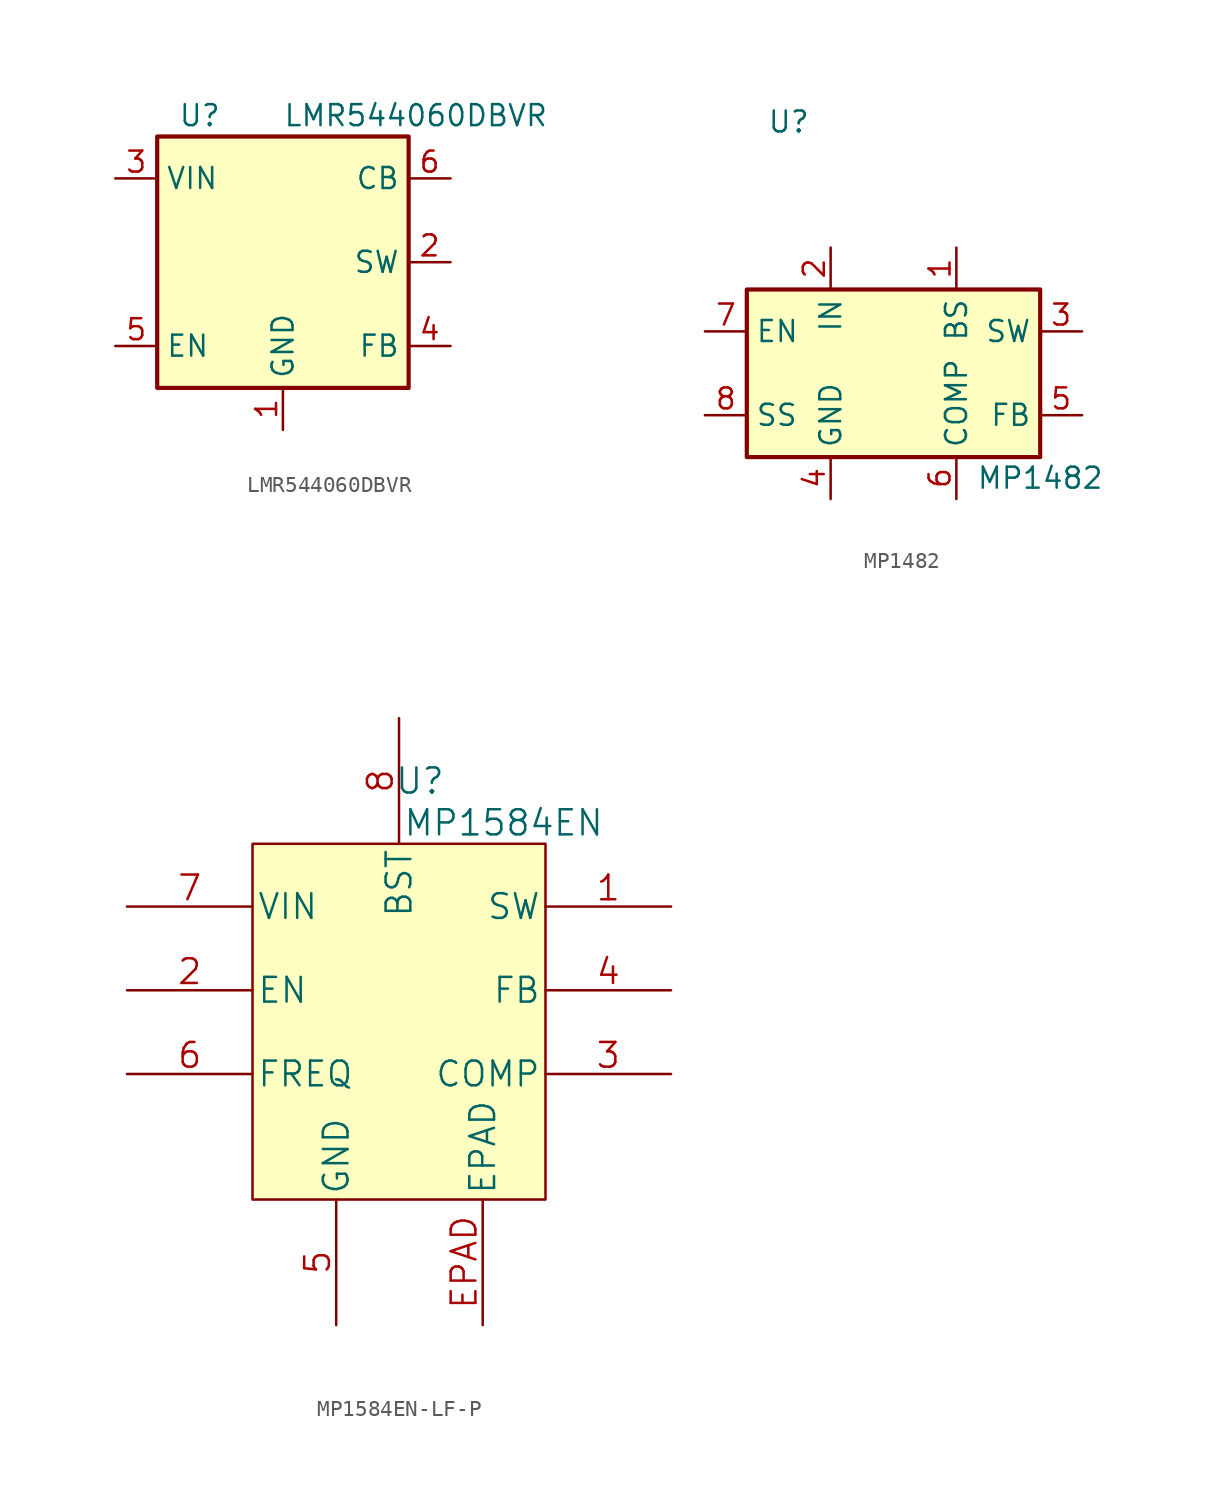
<source format=kicad_sym>
(kicad_symbol_lib
  (version 20220914)
  (generator kicad_symbol_editor)
  (symbol "LMR544060DBVR"
    (property "Reference" "U"
      (at -6.35 8.89 0)
      (effects (font (size 1.27 1.27)) (justify left)))
    (property "Value" "LMR544060DBVR"
      (at 0 8.89 0)
      (effects (font (size 1.27 1.27)) (justify left)))
    (symbol "LMR544060DBVR_0_1"
      (rectangle (start -7.62 7.62) (end 7.62 -7.62) (stroke (width 0.254) (type default)) (fill (type background))))
    (symbol "LMR544060DBVR_1_1"
      (pin power_in line (at 0 -10.16 90) (length 2.54) (name "GND" (effects (font (size 1.27 1.27)))) (number "1" (effects (font (size 1.27 1.27)))))
      (pin output line (at 10.16 0 180) (length 2.54) (name "SW" (effects (font (size 1.27 1.27)))) (number "2" (effects (font (size 1.27 1.27)))))
      (pin input line (at -10.16 5.08 0) (length 2.54) (name "VIN" (effects (font (size 1.27 1.27)))) (number "3" (effects (font (size 1.27 1.27)))))
      (pin input line (at 10.16 -5.08 180) (length 2.54) (name "FB" (effects (font (size 1.27 1.27)))) (number "4" (effects (font (size 1.27 1.27)))))
      (pin input line (at -10.16 -5.08 0) (length 2.54) (name "EN" (effects (font (size 1.27 1.27)))) (number "5" (effects (font (size 1.27 1.27)))))
      (pin input line (at 10.16 5.08 180) (length 2.54) (name "CB" (effects (font (size 1.27 1.27)))) (number "6" (effects (font (size 1.27 1.27)))))))
  (symbol "MP1482"
    (property "Reference" "U"
      (at -6.35 15.24 0)
      (effects (font (size 1.27 1.27))))
    (property "Value" "MP1482"
      (at 8.89 -6.35 0)
      (effects (font (size 1.27 1.27))))
    (symbol "MP1482_0_1"
      (rectangle (start -8.89 5.08) (end 8.89 -5.08) (stroke (width 0.254) (type default)) (fill (type background))))
    (symbol "MP1482_1_1"
      (pin passive line (at 3.81 7.62 270) (length 2.54) (name "BS" (effects (font (size 1.27 1.27)))) (number "1" (effects (font (size 1.27 1.27)))))
      (pin power_in line (at -3.81 7.62 270) (length 2.54) (name "IN" (effects (font (size 1.27 1.27)))) (number "2" (effects (font (size 1.27 1.27)))))
      (pin output line (at 11.43 2.54 180) (length 2.54) (name "SW" (effects (font (size 1.27 1.27)))) (number "3" (effects (font (size 1.27 1.27)))))
      (pin power_in line (at -3.81 -7.62 90) (length 2.54) (name "GND" (effects (font (size 1.27 1.27)))) (number "4" (effects (font (size 1.27 1.27)))))
      (pin input line (at 11.43 -2.54 180) (length 2.54) (name "FB" (effects (font (size 1.27 1.27)))) (number "5" (effects (font (size 1.27 1.27)))))
      (pin power_in line (at 3.81 -7.62 90) (length 2.54) (name "COMP" (effects (font (size 1.27 1.27)))) (number "6" (effects (font (size 1.27 1.27)))))
      (pin power_in line (at -11.43 2.54 0) (length 2.54) (name "EN" (effects (font (size 1.27 1.27)))) (number "7" (effects (font (size 1.27 1.27)))))
      (pin input line (at -11.43 -2.54 0) (length 2.54) (name "SS" (effects (font (size 1.27 1.27)))) (number "8" (effects (font (size 1.27 1.27)))))))
  (symbol "MP1584EN-LF-P"
    (pin_names
      (offset 0.254))
    (property "Reference" "U"
      (at 1.27 12.7 0)
      (effects (font (size 1.524 1.524))))
    (property "Value" "MP1584EN"
      (at 6.35 10.16 0)
      (effects (font (size 1.524 1.524))))
    (symbol "MP1584EN-LF-P_1_1"
      (rectangle (start -8.89 8.89) (end 8.89 -12.7) (stroke (width 0) (type default)) (fill (type background)))
      (pin output line (at 16.51 5.08 180) (length 7.62) (name "SW" (effects (font (size 1.499 1.499)))) (number "1" (effects (font (size 1.499 1.499)))))
      (pin input line (at -16.51 0 0) (length 7.62) (name "EN" (effects (font (size 1.499 1.499)))) (number "2" (effects (font (size 1.499 1.499)))))
      (pin output line (at 16.51 -5.08 180) (length 7.62) (name "COMP" (effects (font (size 1.499 1.499)))) (number "3" (effects (font (size 1.499 1.499)))))
      (pin input line (at 16.51 0 180) (length 7.62) (name "FB" (effects (font (size 1.499 1.499)))) (number "4" (effects (font (size 1.499 1.499)))))
      (pin power_in line (at -3.81 -20.32 90) (length 7.62) (name "GND" (effects (font (size 1.499 1.499)))) (number "5" (effects (font (size 1.499 1.499)))))
      (pin input line (at -16.51 -5.08 0) (length 7.62) (name "FREQ" (effects (font (size 1.499 1.499)))) (number "6" (effects (font (size 1.499 1.499)))))
      (pin power_in line (at -16.51 5.08 0) (length 7.62) (name "VIN" (effects (font (size 1.499 1.499)))) (number "7" (effects (font (size 1.499 1.499)))))
      (pin unspecified line (at 0 16.51 270) (length 7.62) (name "BST" (effects (font (size 1.499 1.499)))) (number "8" (effects (font (size 1.499 1.499)))))
      (pin power_in line (at 5.08 -20.32 90) (length 7.62) (name "EPAD" (effects (font (size 1.499 1.499)))) (number "EPAD" (effects (font (size 1.499 1.499))))))))
</source>
